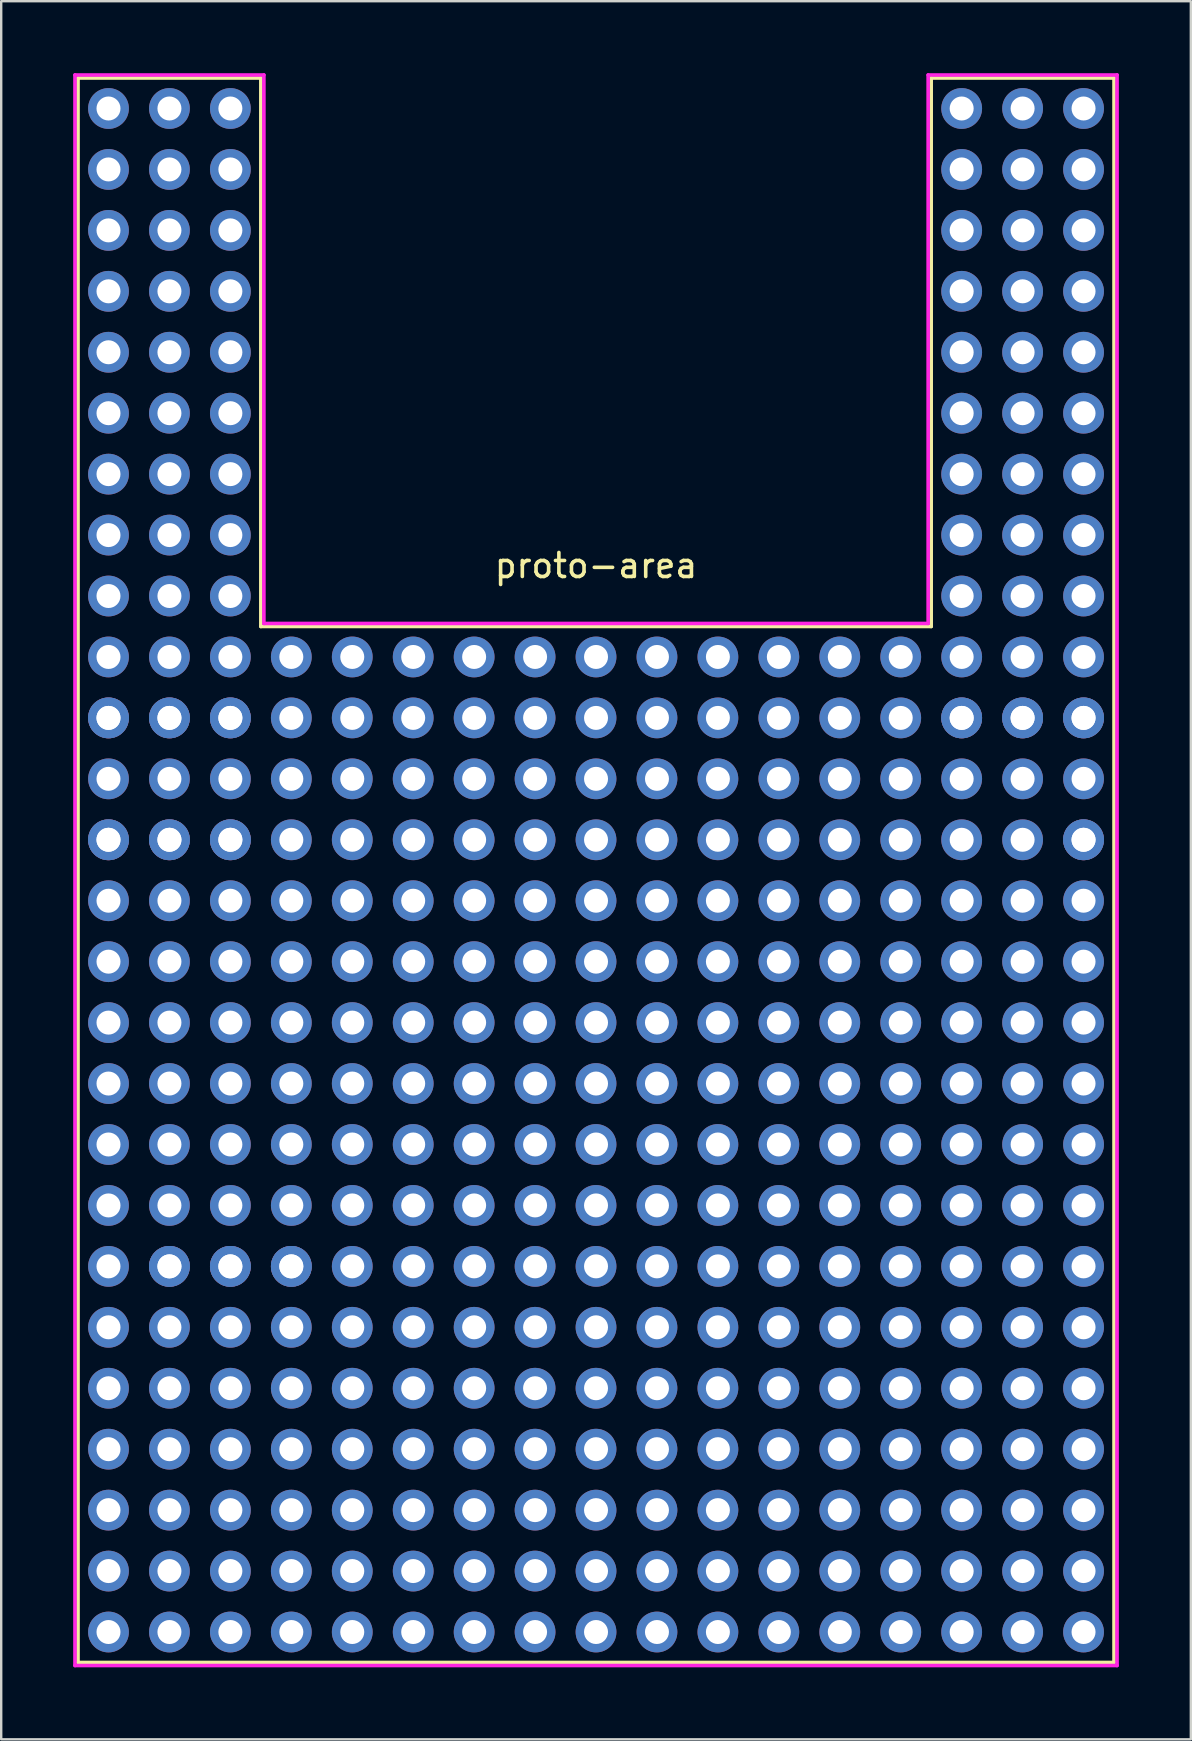
<source format=kicad_pcb>
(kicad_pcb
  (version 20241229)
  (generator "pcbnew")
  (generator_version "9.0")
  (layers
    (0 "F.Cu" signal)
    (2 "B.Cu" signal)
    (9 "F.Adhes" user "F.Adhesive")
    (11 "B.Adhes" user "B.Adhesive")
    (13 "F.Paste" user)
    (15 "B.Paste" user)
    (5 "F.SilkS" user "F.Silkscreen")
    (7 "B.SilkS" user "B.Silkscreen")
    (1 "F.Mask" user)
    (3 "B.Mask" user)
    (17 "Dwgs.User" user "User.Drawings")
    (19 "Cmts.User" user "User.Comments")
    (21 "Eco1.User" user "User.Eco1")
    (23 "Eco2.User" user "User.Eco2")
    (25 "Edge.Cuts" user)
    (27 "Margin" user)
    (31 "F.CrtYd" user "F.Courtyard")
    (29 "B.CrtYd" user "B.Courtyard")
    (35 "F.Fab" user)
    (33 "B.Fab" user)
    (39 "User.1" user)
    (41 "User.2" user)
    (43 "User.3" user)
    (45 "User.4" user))
  (footprint "proto-area"
    (layer "F.Cu")
    (at 21.792 47.192)
    (property "Reference" "proto-area" (at 0 -26.67 180) (layer "F.SilkS") (effects (font (size 1 1) (thickness 0.15))))
    (attr through_hole)
    (fp_line (start -21.59 19.05) (end -21.59 -46.99) (stroke (width 0.15) (type solid)) (layer "F.SilkS"))
    (fp_line (start -13.97 -46.99) (end -21.59 -46.99) (stroke (width 0.15) (type solid)) (layer "F.SilkS"))
    (fp_line (start -13.97 -24.13) (end -13.97 -46.99) (stroke (width 0.15) (type solid)) (layer "F.SilkS"))
    (fp_line (start -13.97 -24.13) (end 13.97 -24.13) (stroke (width 0.15) (type solid)) (layer "F.SilkS"))
    (fp_line (start 13.97 -46.99) (end 13.97 -24.13) (stroke (width 0.15) (type solid)) (layer "F.SilkS"))
    (fp_line (start 21.59 -46.99) (end 13.97 -46.99) (stroke (width 0.15) (type solid)) (layer "F.SilkS"))
    (fp_line (start 21.59 -46.99) (end 21.59 19.05) (stroke (width 0.15) (type solid)) (layer "F.SilkS"))
    (fp_line (start 21.59 19.05) (end -21.59 19.05) (stroke (width 0.15) (type solid)) (layer "F.SilkS"))
    (fp_line (start -21.717 -47.117) (end -21.717 19.177) (stroke (width 0.15) (type solid)) (layer "F.CrtYd"))
    (fp_line (start -21.717 -47.117) (end -13.843 -47.117) (stroke (width 0.15) (type solid)) (layer "F.CrtYd"))
    (fp_line (start -21.717 19.177) (end 21.717 19.177) (stroke (width 0.15) (type solid)) (layer "F.CrtYd"))
    (fp_line (start -13.843 -24.257) (end -13.843 -47.117) (stroke (width 0.15) (type solid)) (layer "F.CrtYd"))
    (fp_line (start 13.843 -47.117) (end 13.843 -24.257) (stroke (width 0.15) (type solid)) (layer "F.CrtYd"))
    (fp_line (start 13.843 -47.117) (end 21.717 -47.117) (stroke (width 0.15) (type solid)) (layer "F.CrtYd"))
    (fp_line (start 13.843 -24.257) (end -13.843 -24.257) (stroke (width 0.15) (type solid)) (layer "F.CrtYd"))
    (fp_line (start 21.717 19.177) (end 21.717 -47.117) (stroke (width 0.15) (type solid)) (layer "F.CrtYd"))
    (pad "" thru_hole circle (at -20.32 -20.32) (size 1.7 1.7) (drill 1) (layers "*.Cu" "*.Mask"))
    (pad "" thru_hole circle (at -20.32 -20.32) (size 1.7 1.7) (drill 1) (layers "*.Cu" "*.Mask"))
    (pad "" thru_hole circle (at -20.32 -17.78) (size 1.7 1.7) (drill 1) (layers "*.Cu" "*.Mask"))
    (pad "" thru_hole circle (at -20.32 -15.24) (size 1.7 1.7) (drill 1) (layers "*.Cu" "*.Mask"))
    (pad "" thru_hole circle (at -20.32 -15.24) (size 1.7 1.7) (drill 1) (layers "*.Cu" "*.Mask"))
    (pad "" thru_hole circle (at -20.32 -12.7) (size 1.7 1.7) (drill 1) (layers "*.Cu" "*.Mask"))
    (pad "" thru_hole circle (at -20.32 -10.16) (size 1.7 1.7) (drill 1) (layers "*.Cu" "*.Mask"))
    (pad "" thru_hole circle (at -20.32 -7.62) (size 1.7 1.7) (drill 1) (layers "*.Cu" "*.Mask"))
    (pad "" thru_hole circle (at -20.32 -5.08) (size 1.7 1.7) (drill 1) (layers "*.Cu" "*.Mask"))
    (pad "" thru_hole circle (at -20.32 -2.54) (size 1.7 1.7) (drill 1) (layers "*.Cu" "*.Mask"))
    (pad "" thru_hole circle (at -20.32 0) (size 1.7 1.7) (drill 1) (layers "*.Cu" "*.Mask"))
    (pad "" thru_hole circle (at -20.32 2.54) (size 1.7 1.7) (drill 1) (layers "*.Cu" "*.Mask"))
    (pad "" thru_hole circle (at -20.32 5.08) (size 1.7 1.7) (drill 1) (layers "*.Cu" "*.Mask"))
    (pad "" thru_hole circle (at -20.32 7.62) (size 1.7 1.7) (drill 1) (layers "*.Cu" "*.Mask"))
    (pad "" thru_hole circle (at -20.32 10.16) (size 1.7 1.7) (drill 1) (layers "*.Cu" "*.Mask"))
    (pad "" thru_hole circle (at -20.32 12.7) (size 1.7 1.7) (drill 1) (layers "*.Cu" "*.Mask"))
    (pad "" thru_hole circle (at -20.32 15.24) (size 1.7 1.7) (drill 1) (layers "*.Cu" "*.Mask"))
    (pad "" thru_hole circle (at -20.32 17.78) (size 1.7 1.7) (drill 1) (layers "*.Cu" "*.Mask"))
    (pad "" thru_hole circle (at -17.78 -20.32) (size 1.7 1.7) (drill 1) (layers "*.Cu" "*.Mask"))
    (pad "" thru_hole circle (at -17.78 -20.32) (size 1.7 1.7) (drill 1) (layers "*.Cu" "*.Mask"))
    (pad "" thru_hole circle (at -17.78 -17.78) (size 1.7 1.7) (drill 1) (layers "*.Cu" "*.Mask"))
    (pad "" thru_hole circle (at -17.78 -15.24) (size 1.7 1.7) (drill 1) (layers "*.Cu" "*.Mask"))
    (pad "" thru_hole circle (at -17.78 -15.24) (size 1.7 1.7) (drill 1) (layers "*.Cu" "*.Mask"))
    (pad "" thru_hole circle (at -17.78 -12.7) (size 1.7 1.7) (drill 1) (layers "*.Cu" "*.Mask"))
    (pad "" thru_hole circle (at -17.78 -10.16) (size 1.7 1.7) (drill 1) (layers "*.Cu" "*.Mask"))
    (pad "" thru_hole circle (at -17.78 -7.62) (size 1.7 1.7) (drill 1) (layers "*.Cu" "*.Mask"))
    (pad "" thru_hole circle (at -17.78 -5.08) (size 1.7 1.7) (drill 1) (layers "*.Cu" "*.Mask"))
    (pad "" thru_hole circle (at -17.78 -2.54) (size 1.7 1.7) (drill 1) (layers "*.Cu" "*.Mask"))
    (pad "" thru_hole circle (at -17.78 0) (size 1.7 1.7) (drill 1) (layers "*.Cu" "*.Mask"))
    (pad "" thru_hole circle (at -17.78 2.54) (size 1.7 1.7) (drill 1) (layers "*.Cu" "*.Mask"))
    (pad "" thru_hole circle (at -17.78 2.54) (size 1.7 1.7) (drill 1) (layers "*.Cu" "*.Mask"))
    (pad "" thru_hole circle (at -17.78 5.08) (size 1.7 1.7) (drill 1) (layers "*.Cu" "*.Mask"))
    (pad "" thru_hole circle (at -17.78 7.62) (size 1.7 1.7) (drill 1) (layers "*.Cu" "*.Mask"))
    (pad "" thru_hole circle (at -17.78 10.16) (size 1.7 1.7) (drill 1) (layers "*.Cu" "*.Mask"))
    (pad "" thru_hole circle (at -17.78 12.7) (size 1.7 1.7) (drill 1) (layers "*.Cu" "*.Mask"))
    (pad "" thru_hole circle (at -17.78 15.24) (size 1.7 1.7) (drill 1) (layers "*.Cu" "*.Mask"))
    (pad "" thru_hole circle (at -17.78 17.78) (size 1.7 1.7) (drill 1) (layers "*.Cu" "*.Mask"))
    (pad "" thru_hole circle (at -15.24 -20.32) (size 1.7 1.7) (drill 1) (layers "*.Cu" "*.Mask"))
    (pad "" thru_hole circle (at -15.24 -20.32) (size 1.7 1.7) (drill 1) (layers "*.Cu" "*.Mask"))
    (pad "" thru_hole circle (at -15.24 -17.78) (size 1.7 1.7) (drill 1) (layers "*.Cu" "*.Mask"))
    (pad "" thru_hole circle (at -15.24 -15.24) (size 1.7 1.7) (drill 1) (layers "*.Cu" "*.Mask"))
    (pad "" thru_hole circle (at -15.24 -15.24) (size 1.7 1.7) (drill 1) (layers "*.Cu" "*.Mask"))
    (pad "" thru_hole circle (at -15.24 -12.7) (size 1.7 1.7) (drill 1) (layers "*.Cu" "*.Mask"))
    (pad "" thru_hole circle (at -15.24 -10.16) (size 1.7 1.7) (drill 1) (layers "*.Cu" "*.Mask"))
    (pad "" thru_hole circle (at -15.24 -7.62) (size 1.7 1.7) (drill 1) (layers "*.Cu" "*.Mask"))
    (pad "" thru_hole circle (at -15.24 -5.08) (size 1.7 1.7) (drill 1) (layers "*.Cu" "*.Mask"))
    (pad "" thru_hole circle (at -15.24 -2.54) (size 1.7 1.7) (drill 1) (layers "*.Cu" "*.Mask"))
    (pad "" thru_hole circle (at -15.24 0) (size 1.7 1.7) (drill 1) (layers "*.Cu" "*.Mask"))
    (pad "" thru_hole circle (at -15.24 2.54) (size 1.7 1.7) (drill 1) (layers "*.Cu" "*.Mask"))
    (pad "" thru_hole circle (at -15.24 2.54) (size 1.7 1.7) (drill 1) (layers "*.Cu" "*.Mask"))
    (pad "" thru_hole circle (at -15.24 5.08) (size 1.7 1.7) (drill 1) (layers "*.Cu" "*.Mask"))
    (pad "" thru_hole circle (at -15.24 7.62) (size 1.7 1.7) (drill 1) (layers "*.Cu" "*.Mask"))
    (pad "" thru_hole circle (at -15.24 10.16) (size 1.7 1.7) (drill 1) (layers "*.Cu" "*.Mask"))
    (pad "" thru_hole circle (at -15.24 12.7) (size 1.7 1.7) (drill 1) (layers "*.Cu" "*.Mask"))
    (pad "" thru_hole circle (at -15.24 15.24) (size 1.7 1.7) (drill 1) (layers "*.Cu" "*.Mask"))
    (pad "" thru_hole circle (at -15.24 17.78) (size 1.7 1.7) (drill 1) (layers "*.Cu" "*.Mask"))
    (pad "" thru_hole circle (at -12.7 -20.32) (size 1.7 1.7) (drill 1) (layers "*.Cu" "*.Mask"))
    (pad "" thru_hole circle (at -12.7 -17.78) (size 1.7 1.7) (drill 1) (layers "*.Cu" "*.Mask"))
    (pad "" thru_hole circle (at -12.7 -15.24) (size 1.7 1.7) (drill 1) (layers "*.Cu" "*.Mask"))
    (pad "" thru_hole circle (at -12.7 -12.7) (size 1.7 1.7) (drill 1) (layers "*.Cu" "*.Mask"))
    (pad "" thru_hole circle (at -12.7 -10.16) (size 1.7 1.7) (drill 1) (layers "*.Cu" "*.Mask"))
    (pad "" thru_hole circle (at -12.7 -7.62) (size 1.7 1.7) (drill 1) (layers "*.Cu" "*.Mask"))
    (pad "" thru_hole circle (at -12.7 -5.08) (size 1.7 1.7) (drill 1) (layers "*.Cu" "*.Mask"))
    (pad "" thru_hole circle (at -12.7 -2.54) (size 1.7 1.7) (drill 1) (layers "*.Cu" "*.Mask"))
    (pad "" thru_hole circle (at -12.7 0) (size 1.7 1.7) (drill 1) (layers "*.Cu" "*.Mask"))
    (pad "" thru_hole circle (at -12.7 2.54) (size 1.7 1.7) (drill 1) (layers "*.Cu" "*.Mask"))
    (pad "" thru_hole circle (at -12.7 2.54) (size 1.7 1.7) (drill 1) (layers "*.Cu" "*.Mask"))
    (pad "" thru_hole circle (at -12.7 5.08) (size 1.7 1.7) (drill 1) (layers "*.Cu" "*.Mask"))
    (pad "" thru_hole circle (at -12.7 7.62) (size 1.7 1.7) (drill 1) (layers "*.Cu" "*.Mask"))
    (pad "" thru_hole circle (at -12.7 10.16) (size 1.7 1.7) (drill 1) (layers "*.Cu" "*.Mask"))
    (pad "" thru_hole circle (at -12.7 12.7) (size 1.7 1.7) (drill 1) (layers "*.Cu" "*.Mask"))
    (pad "" thru_hole circle (at -12.7 15.24) (size 1.7 1.7) (drill 1) (layers "*.Cu" "*.Mask"))
    (pad "" thru_hole circle (at -12.7 17.78) (size 1.7 1.7) (drill 1) (layers "*.Cu" "*.Mask"))
    (pad "" thru_hole circle (at -10.16 -20.32) (size 1.7 1.7) (drill 1) (layers "*.Cu" "*.Mask"))
    (pad "" thru_hole circle (at -10.16 -17.78) (size 1.7 1.7) (drill 1) (layers "*.Cu" "*.Mask"))
    (pad "" thru_hole circle (at -10.16 -15.24) (size 1.7 1.7) (drill 1) (layers "*.Cu" "*.Mask"))
    (pad "" thru_hole circle (at -10.16 -12.7) (size 1.7 1.7) (drill 1) (layers "*.Cu" "*.Mask"))
    (pad "" thru_hole circle (at -10.16 -10.16) (size 1.7 1.7) (drill 1) (layers "*.Cu" "*.Mask"))
    (pad "" thru_hole circle (at -10.16 -7.62) (size 1.7 1.7) (drill 1) (layers "*.Cu" "*.Mask"))
    (pad "" thru_hole circle (at -10.16 -5.08) (size 1.7 1.7) (drill 1) (layers "*.Cu" "*.Mask"))
    (pad "" thru_hole circle (at -10.16 -2.54) (size 1.7 1.7) (drill 1) (layers "*.Cu" "*.Mask"))
    (pad "" thru_hole circle (at -10.16 0) (size 1.7 1.7) (drill 1) (layers "*.Cu" "*.Mask"))
    (pad "" thru_hole circle (at -10.16 2.54) (size 1.7 1.7) (drill 1) (layers "*.Cu" "*.Mask"))
    (pad "" thru_hole circle (at -10.16 5.08) (size 1.7 1.7) (drill 1) (layers "*.Cu" "*.Mask"))
    (pad "" thru_hole circle (at -10.16 7.62) (size 1.7 1.7) (drill 1) (layers "*.Cu" "*.Mask"))
    (pad "" thru_hole circle (at -10.16 10.16) (size 1.7 1.7) (drill 1) (layers "*.Cu" "*.Mask"))
    (pad "" thru_hole circle (at -10.16 12.7) (size 1.7 1.7) (drill 1) (layers "*.Cu" "*.Mask"))
    (pad "" thru_hole circle (at -10.16 15.24) (size 1.7 1.7) (drill 1) (layers "*.Cu" "*.Mask"))
    (pad "" thru_hole circle (at -10.16 17.78) (size 1.7 1.7) (drill 1) (layers "*.Cu" "*.Mask"))
    (pad "" thru_hole circle (at -7.62 -20.32) (size 1.7 1.7) (drill 1) (layers "*.Cu" "*.Mask"))
    (pad "" thru_hole circle (at -7.62 -17.78) (size 1.7 1.7) (drill 1) (layers "*.Cu" "*.Mask"))
    (pad "" thru_hole circle (at -7.62 -15.24) (size 1.7 1.7) (drill 1) (layers "*.Cu" "*.Mask"))
    (pad "" thru_hole circle (at -7.62 -12.7) (size 1.7 1.7) (drill 1) (layers "*.Cu" "*.Mask"))
    (pad "" thru_hole circle (at -7.62 -10.16) (size 1.7 1.7) (drill 1) (layers "*.Cu" "*.Mask"))
    (pad "" thru_hole circle (at -7.62 -7.62) (size 1.7 1.7) (drill 1) (layers "*.Cu" "*.Mask"))
    (pad "" thru_hole circle (at -7.62 -5.08) (size 1.7 1.7) (drill 1) (layers "*.Cu" "*.Mask"))
    (pad "" thru_hole circle (at -7.62 -2.54) (size 1.7 1.7) (drill 1) (layers "*.Cu" "*.Mask"))
    (pad "" thru_hole circle (at -7.62 0) (size 1.7 1.7) (drill 1) (layers "*.Cu" "*.Mask"))
    (pad "" thru_hole circle (at -7.62 2.54) (size 1.7 1.7) (drill 1) (layers "*.Cu" "*.Mask"))
    (pad "" thru_hole circle (at -7.62 5.08) (size 1.7 1.7) (drill 1) (layers "*.Cu" "*.Mask"))
    (pad "" thru_hole circle (at -7.62 7.62) (size 1.7 1.7) (drill 1) (layers "*.Cu" "*.Mask"))
    (pad "" thru_hole circle (at -7.62 10.16) (size 1.7 1.7) (drill 1) (layers "*.Cu" "*.Mask"))
    (pad "" thru_hole circle (at -7.62 12.7) (size 1.7 1.7) (drill 1) (layers "*.Cu" "*.Mask"))
    (pad "" thru_hole circle (at -7.62 15.24) (size 1.7 1.7) (drill 1) (layers "*.Cu" "*.Mask"))
    (pad "" thru_hole circle (at -7.62 17.78) (size 1.7 1.7) (drill 1) (layers "*.Cu" "*.Mask"))
    (pad "" thru_hole circle (at -5.08 -22.86) (size 1.7 1.7) (drill 1) (layers "*.Cu" "*.Mask"))
    (pad "" thru_hole circle (at -5.08 -20.32) (size 1.7 1.7) (drill 1) (layers "*.Cu" "*.Mask"))
    (pad "" thru_hole circle (at -5.08 -17.78) (size 1.7 1.7) (drill 1) (layers "*.Cu" "*.Mask"))
    (pad "" thru_hole circle (at -5.08 -15.24) (size 1.7 1.7) (drill 1) (layers "*.Cu" "*.Mask"))
    (pad "" thru_hole circle (at -5.08 -12.7) (size 1.7 1.7) (drill 1) (layers "*.Cu" "*.Mask"))
    (pad "" thru_hole circle (at -5.08 -10.16) (size 1.7 1.7) (drill 1) (layers "*.Cu" "*.Mask"))
    (pad "" thru_hole circle (at -5.08 -7.62) (size 1.7 1.7) (drill 1) (layers "*.Cu" "*.Mask"))
    (pad "" thru_hole circle (at -5.08 -5.08) (size 1.7 1.7) (drill 1) (layers "*.Cu" "*.Mask"))
    (pad "" thru_hole circle (at -5.08 -2.54) (size 1.7 1.7) (drill 1) (layers "*.Cu" "*.Mask"))
    (pad "" thru_hole circle (at -5.08 0) (size 1.7 1.7) (drill 1) (layers "*.Cu" "*.Mask"))
    (pad "" thru_hole circle (at -5.08 2.54) (size 1.7 1.7) (drill 1) (layers "*.Cu" "*.Mask"))
    (pad "" thru_hole circle (at -5.08 5.08) (size 1.7 1.7) (drill 1) (layers "*.Cu" "*.Mask"))
    (pad "" thru_hole circle (at -5.08 7.62) (size 1.7 1.7) (drill 1) (layers "*.Cu" "*.Mask"))
    (pad "" thru_hole circle (at -5.08 10.16) (size 1.7 1.7) (drill 1) (layers "*.Cu" "*.Mask"))
    (pad "" thru_hole circle (at -5.08 12.7) (size 1.7 1.7) (drill 1) (layers "*.Cu" "*.Mask"))
    (pad "" thru_hole circle (at -5.08 15.24) (size 1.7 1.7) (drill 1) (layers "*.Cu" "*.Mask"))
    (pad "" thru_hole circle (at -5.08 17.78) (size 1.7 1.7) (drill 1) (layers "*.Cu" "*.Mask"))
    (pad "" thru_hole circle (at -2.54 -22.86) (size 1.7 1.7) (drill 1) (layers "*.Cu" "*.Mask"))
    (pad "" thru_hole circle (at -2.54 -20.32) (size 1.7 1.7) (drill 1) (layers "*.Cu" "*.Mask"))
    (pad "" thru_hole circle (at -2.54 -17.78) (size 1.7 1.7) (drill 1) (layers "*.Cu" "*.Mask"))
    (pad "" thru_hole circle (at -2.54 -15.24) (size 1.7 1.7) (drill 1) (layers "*.Cu" "*.Mask"))
    (pad "" thru_hole circle (at -2.54 -12.7) (size 1.7 1.7) (drill 1) (layers "*.Cu" "*.Mask"))
    (pad "" thru_hole circle (at -2.54 -10.16) (size 1.7 1.7) (drill 1) (layers "*.Cu" "*.Mask"))
    (pad "" thru_hole circle (at -2.54 -7.62) (size 1.7 1.7) (drill 1) (layers "*.Cu" "*.Mask"))
    (pad "" thru_hole circle (at -2.54 -5.08) (size 1.7 1.7) (drill 1) (layers "*.Cu" "*.Mask"))
    (pad "" thru_hole circle (at -2.54 -2.54) (size 1.7 1.7) (drill 1) (layers "*.Cu" "*.Mask"))
    (pad "" thru_hole circle (at -2.54 0) (size 1.7 1.7) (drill 1) (layers "*.Cu" "*.Mask"))
    (pad "" thru_hole circle (at -2.54 2.54) (size 1.7 1.7) (drill 1) (layers "*.Cu" "*.Mask"))
    (pad "" thru_hole circle (at -2.54 5.08) (size 1.7 1.7) (drill 1) (layers "*.Cu" "*.Mask"))
    (pad "" thru_hole circle (at -2.54 7.62) (size 1.7 1.7) (drill 1) (layers "*.Cu" "*.Mask"))
    (pad "" thru_hole circle (at -2.54 10.16) (size 1.7 1.7) (drill 1) (layers "*.Cu" "*.Mask"))
    (pad "" thru_hole circle (at -2.54 12.7) (size 1.7 1.7) (drill 1) (layers "*.Cu" "*.Mask"))
    (pad "" thru_hole circle (at -2.54 15.24) (size 1.7 1.7) (drill 1) (layers "*.Cu" "*.Mask"))
    (pad "" thru_hole circle (at -2.54 17.78) (size 1.7 1.7) (drill 1) (layers "*.Cu" "*.Mask"))
    (pad "" thru_hole circle (at 0 -22.86) (size 1.7 1.7) (drill 1) (layers "*.Cu" "*.Mask"))
    (pad "" thru_hole circle (at 0 -20.32) (size 1.7 1.7) (drill 1) (layers "*.Cu" "*.Mask"))
    (pad "" thru_hole circle (at 0 -17.78) (size 1.7 1.7) (drill 1) (layers "*.Cu" "*.Mask"))
    (pad "" thru_hole circle (at 0 -15.24) (size 1.7 1.7) (drill 1) (layers "*.Cu" "*.Mask"))
    (pad "" thru_hole circle (at 0 -12.7) (size 1.7 1.7) (drill 1) (layers "*.Cu" "*.Mask"))
    (pad "" thru_hole circle (at 0 -10.16) (size 1.7 1.7) (drill 1) (layers "*.Cu" "*.Mask"))
    (pad "" thru_hole circle (at 0 -7.62) (size 1.7 1.7) (drill 1) (layers "*.Cu" "*.Mask"))
    (pad "" thru_hole circle (at 0 -5.08) (size 1.7 1.7) (drill 1) (layers "*.Cu" "*.Mask"))
    (pad "" thru_hole circle (at 0 -2.54) (size 1.7 1.7) (drill 1) (layers "*.Cu" "*.Mask"))
    (pad "" thru_hole circle (at 0 0) (size 1.7 1.7) (drill 1) (layers "*.Cu" "*.Mask"))
    (pad "" thru_hole circle (at 0 2.54) (size 1.7 1.7) (drill 1) (layers "*.Cu" "*.Mask"))
    (pad "" thru_hole circle (at 0 5.08) (size 1.7 1.7) (drill 1) (layers "*.Cu" "*.Mask"))
    (pad "" thru_hole circle (at 0 7.62) (size 1.7 1.7) (drill 1) (layers "*.Cu" "*.Mask"))
    (pad "" thru_hole circle (at 0 10.16) (size 1.7 1.7) (drill 1) (layers "*.Cu" "*.Mask"))
    (pad "" thru_hole circle (at 0 12.7) (size 1.7 1.7) (drill 1) (layers "*.Cu" "*.Mask"))
    (pad "" thru_hole circle (at 0 15.24) (size 1.7 1.7) (drill 1) (layers "*.Cu" "*.Mask"))
    (pad "" thru_hole circle (at 0 17.78) (size 1.7 1.7) (drill 1) (layers "*.Cu" "*.Mask"))
    (pad "" thru_hole circle (at 2.54 -22.86) (size 1.7 1.7) (drill 1) (layers "*.Cu" "*.Mask"))
    (pad "" thru_hole circle (at 2.54 -20.32) (size 1.7 1.7) (drill 1) (layers "*.Cu" "*.Mask"))
    (pad "" thru_hole circle (at 2.54 -17.78) (size 1.7 1.7) (drill 1) (layers "*.Cu" "*.Mask"))
    (pad "" thru_hole circle (at 2.54 -15.24) (size 1.7 1.7) (drill 1) (layers "*.Cu" "*.Mask"))
    (pad "" thru_hole circle (at 2.54 -12.7) (size 1.7 1.7) (drill 1) (layers "*.Cu" "*.Mask"))
    (pad "" thru_hole circle (at 2.54 -10.16) (size 1.7 1.7) (drill 1) (layers "*.Cu" "*.Mask"))
    (pad "" thru_hole circle (at 2.54 -7.62) (size 1.7 1.7) (drill 1) (layers "*.Cu" "*.Mask"))
    (pad "" thru_hole circle (at 2.54 -5.08) (size 1.7 1.7) (drill 1) (layers "*.Cu" "*.Mask"))
    (pad "" thru_hole circle (at 2.54 -2.54) (size 1.7 1.7) (drill 1) (layers "*.Cu" "*.Mask"))
    (pad "" thru_hole circle (at 2.54 0) (size 1.7 1.7) (drill 1) (layers "*.Cu" "*.Mask"))
    (pad "" thru_hole circle (at 2.54 2.54) (size 1.7 1.7) (drill 1) (layers "*.Cu" "*.Mask"))
    (pad "" thru_hole circle (at 2.54 5.08) (size 1.7 1.7) (drill 1) (layers "*.Cu" "*.Mask"))
    (pad "" thru_hole circle (at 2.54 7.62) (size 1.7 1.7) (drill 1) (layers "*.Cu" "*.Mask"))
    (pad "" thru_hole circle (at 2.54 10.16) (size 1.7 1.7) (drill 1) (layers "*.Cu" "*.Mask"))
    (pad "" thru_hole circle (at 2.54 12.7) (size 1.7 1.7) (drill 1) (layers "*.Cu" "*.Mask"))
    (pad "" thru_hole circle (at 2.54 15.24) (size 1.7 1.7) (drill 1) (layers "*.Cu" "*.Mask"))
    (pad "" thru_hole circle (at 2.54 17.78) (size 1.7 1.7) (drill 1) (layers "*.Cu" "*.Mask"))
    (pad "" thru_hole circle (at 5.08 -22.86) (size 1.7 1.7) (drill 1) (layers "*.Cu" "*.Mask"))
    (pad "" thru_hole circle (at 5.08 -20.32) (size 1.7 1.7) (drill 1) (layers "*.Cu" "*.Mask"))
    (pad "" thru_hole circle (at 5.08 -17.78) (size 1.7 1.7) (drill 1) (layers "*.Cu" "*.Mask"))
    (pad "" thru_hole circle (at 5.08 -15.24) (size 1.7 1.7) (drill 1) (layers "*.Cu" "*.Mask"))
    (pad "" thru_hole circle (at 5.08 -12.7) (size 1.7 1.7) (drill 1) (layers "*.Cu" "*.Mask"))
    (pad "" thru_hole circle (at 5.08 -10.16) (size 1.7 1.7) (drill 1) (layers "*.Cu" "*.Mask"))
    (pad "" thru_hole circle (at 5.08 -7.62) (size 1.7 1.7) (drill 1) (layers "*.Cu" "*.Mask"))
    (pad "" thru_hole circle (at 5.08 -5.08) (size 1.7 1.7) (drill 1) (layers "*.Cu" "*.Mask"))
    (pad "" thru_hole circle (at 5.08 -2.54) (size 1.7 1.7) (drill 1) (layers "*.Cu" "*.Mask"))
    (pad "" thru_hole circle (at 5.08 0) (size 1.7 1.7) (drill 1) (layers "*.Cu" "*.Mask"))
    (pad "" thru_hole circle (at 5.08 2.54) (size 1.7 1.7) (drill 1) (layers "*.Cu" "*.Mask"))
    (pad "" thru_hole circle (at 5.08 5.08) (size 1.7 1.7) (drill 1) (layers "*.Cu" "*.Mask"))
    (pad "" thru_hole circle (at 5.08 7.62) (size 1.7 1.7) (drill 1) (layers "*.Cu" "*.Mask"))
    (pad "" thru_hole circle (at 5.08 10.16) (size 1.7 1.7) (drill 1) (layers "*.Cu" "*.Mask"))
    (pad "" thru_hole circle (at 5.08 12.7) (size 1.7 1.7) (drill 1) (layers "*.Cu" "*.Mask"))
    (pad "" thru_hole circle (at 5.08 15.24) (size 1.7 1.7) (drill 1) (layers "*.Cu" "*.Mask"))
    (pad "" thru_hole circle (at 5.08 17.78) (size 1.7 1.7) (drill 1) (layers "*.Cu" "*.Mask"))
    (pad "" thru_hole circle (at 7.62 -20.32) (size 1.7 1.7) (drill 1) (layers "*.Cu" "*.Mask"))
    (pad "" thru_hole circle (at 7.62 -17.78) (size 1.7 1.7) (drill 1) (layers "*.Cu" "*.Mask"))
    (pad "" thru_hole circle (at 7.62 -15.24) (size 1.7 1.7) (drill 1) (layers "*.Cu" "*.Mask"))
    (pad "" thru_hole circle (at 7.62 -12.7) (size 1.7 1.7) (drill 1) (layers "*.Cu" "*.Mask"))
    (pad "" thru_hole circle (at 7.62 -10.16) (size 1.7 1.7) (drill 1) (layers "*.Cu" "*.Mask"))
    (pad "" thru_hole circle (at 7.62 -7.62) (size 1.7 1.7) (drill 1) (layers "*.Cu" "*.Mask"))
    (pad "" thru_hole circle (at 7.62 -5.08) (size 1.7 1.7) (drill 1) (layers "*.Cu" "*.Mask"))
    (pad "" thru_hole circle (at 7.62 -2.54) (size 1.7 1.7) (drill 1) (layers "*.Cu" "*.Mask"))
    (pad "" thru_hole circle (at 7.62 0) (size 1.7 1.7) (drill 1) (layers "*.Cu" "*.Mask"))
    (pad "" thru_hole circle (at 7.62 2.54) (size 1.7 1.7) (drill 1) (layers "*.Cu" "*.Mask"))
    (pad "" thru_hole circle (at 7.62 5.08) (size 1.7 1.7) (drill 1) (layers "*.Cu" "*.Mask"))
    (pad "" thru_hole circle (at 7.62 7.62) (size 1.7 1.7) (drill 1) (layers "*.Cu" "*.Mask"))
    (pad "" thru_hole circle (at 7.62 10.16) (size 1.7 1.7) (drill 1) (layers "*.Cu" "*.Mask"))
    (pad "" thru_hole circle (at 7.62 12.7) (size 1.7 1.7) (drill 1) (layers "*.Cu" "*.Mask"))
    (pad "" thru_hole circle (at 7.62 15.24) (size 1.7 1.7) (drill 1) (layers "*.Cu" "*.Mask"))
    (pad "" thru_hole circle (at 7.62 17.78) (size 1.7 1.7) (drill 1) (layers "*.Cu" "*.Mask"))
    (pad "" thru_hole circle (at 10.16 -20.32) (size 1.7 1.7) (drill 1) (layers "*.Cu" "*.Mask"))
    (pad "" thru_hole circle (at 10.16 -17.78) (size 1.7 1.7) (drill 1) (layers "*.Cu" "*.Mask"))
    (pad "" thru_hole circle (at 10.16 -15.24) (size 1.7 1.7) (drill 1) (layers "*.Cu" "*.Mask"))
    (pad "" thru_hole circle (at 10.16 -12.7) (size 1.7 1.7) (drill 1) (layers "*.Cu" "*.Mask"))
    (pad "" thru_hole circle (at 10.16 -10.16) (size 1.7 1.7) (drill 1) (layers "*.Cu" "*.Mask"))
    (pad "" thru_hole circle (at 10.16 -7.62) (size 1.7 1.7) (drill 1) (layers "*.Cu" "*.Mask"))
    (pad "" thru_hole circle (at 10.16 -5.08) (size 1.7 1.7) (drill 1) (layers "*.Cu" "*.Mask"))
    (pad "" thru_hole circle (at 10.16 -2.54) (size 1.7 1.7) (drill 1) (layers "*.Cu" "*.Mask"))
    (pad "" thru_hole circle (at 10.16 0) (size 1.7 1.7) (drill 1) (layers "*.Cu" "*.Mask"))
    (pad "" thru_hole circle (at 10.16 2.54) (size 1.7 1.7) (drill 1) (layers "*.Cu" "*.Mask"))
    (pad "" thru_hole circle (at 10.16 5.08) (size 1.7 1.7) (drill 1) (layers "*.Cu" "*.Mask"))
    (pad "" thru_hole circle (at 10.16 7.62) (size 1.7 1.7) (drill 1) (layers "*.Cu" "*.Mask"))
    (pad "" thru_hole circle (at 10.16 10.16) (size 1.7 1.7) (drill 1) (layers "*.Cu" "*.Mask"))
    (pad "" thru_hole circle (at 10.16 12.7) (size 1.7 1.7) (drill 1) (layers "*.Cu" "*.Mask"))
    (pad "" thru_hole circle (at 10.16 15.24) (size 1.7 1.7) (drill 1) (layers "*.Cu" "*.Mask"))
    (pad "" thru_hole circle (at 10.16 17.78) (size 1.7 1.7) (drill 1) (layers "*.Cu" "*.Mask"))
    (pad "" thru_hole circle (at 12.7 -20.32) (size 1.7 1.7) (drill 1) (layers "*.Cu" "*.Mask"))
    (pad "" thru_hole circle (at 12.7 -17.78) (size 1.7 1.7) (drill 1) (layers "*.Cu" "*.Mask"))
    (pad "" thru_hole circle (at 12.7 -15.24) (size 1.7 1.7) (drill 1) (layers "*.Cu" "*.Mask"))
    (pad "" thru_hole circle (at 12.7 -12.7) (size 1.7 1.7) (drill 1) (layers "*.Cu" "*.Mask"))
    (pad "" thru_hole circle (at 12.7 -10.16) (size 1.7 1.7) (drill 1) (layers "*.Cu" "*.Mask"))
    (pad "" thru_hole circle (at 12.7 -7.62) (size 1.7 1.7) (drill 1) (layers "*.Cu" "*.Mask"))
    (pad "" thru_hole circle (at 12.7 -5.08) (size 1.7 1.7) (drill 1) (layers "*.Cu" "*.Mask"))
    (pad "" thru_hole circle (at 12.7 -2.54) (size 1.7 1.7) (drill 1) (layers "*.Cu" "*.Mask"))
    (pad "" thru_hole circle (at 12.7 0) (size 1.7 1.7) (drill 1) (layers "*.Cu" "*.Mask"))
    (pad "" thru_hole circle (at 12.7 2.54) (size 1.7 1.7) (drill 1) (layers "*.Cu" "*.Mask"))
    (pad "" thru_hole circle (at 12.7 5.08) (size 1.7 1.7) (drill 1) (layers "*.Cu" "*.Mask"))
    (pad "" thru_hole circle (at 12.7 7.62) (size 1.7 1.7) (drill 1) (layers "*.Cu" "*.Mask"))
    (pad "" thru_hole circle (at 12.7 10.16) (size 1.7 1.7) (drill 1) (layers "*.Cu" "*.Mask"))
    (pad "" thru_hole circle (at 12.7 12.7) (size 1.7 1.7) (drill 1) (layers "*.Cu" "*.Mask"))
    (pad "" thru_hole circle (at 12.7 15.24) (size 1.7 1.7) (drill 1) (layers "*.Cu" "*.Mask"))
    (pad "" thru_hole circle (at 12.7 17.78) (size 1.7 1.7) (drill 1) (layers "*.Cu" "*.Mask"))
    (pad "" thru_hole circle (at 15.24 -20.32) (size 1.7 1.7) (drill 1) (layers "*.Cu" "*.Mask"))
    (pad "" thru_hole circle (at 15.24 -20.32) (size 1.7 1.7) (drill 1) (layers "*.Cu" "*.Mask"))
    (pad "" thru_hole circle (at 15.24 -17.78) (size 1.7 1.7) (drill 1) (layers "*.Cu" "*.Mask"))
    (pad "" thru_hole circle (at 15.24 -15.24) (size 1.7 1.7) (drill 1) (layers "*.Cu" "*.Mask"))
    (pad "" thru_hole circle (at 15.24 -12.7) (size 1.7 1.7) (drill 1) (layers "*.Cu" "*.Mask"))
    (pad "" thru_hole circle (at 15.24 -10.16) (size 1.7 1.7) (drill 1) (layers "*.Cu" "*.Mask"))
    (pad "" thru_hole circle (at 15.24 -7.62) (size 1.7 1.7) (drill 1) (layers "*.Cu" "*.Mask"))
    (pad "" thru_hole circle (at 15.24 -5.08) (size 1.7 1.7) (drill 1) (layers "*.Cu" "*.Mask"))
    (pad "" thru_hole circle (at 15.24 -2.54) (size 1.7 1.7) (drill 1) (layers "*.Cu" "*.Mask"))
    (pad "" thru_hole circle (at 15.24 0) (size 1.7 1.7) (drill 1) (layers "*.Cu" "*.Mask"))
    (pad "" thru_hole circle (at 15.24 2.54) (size 1.7 1.7) (drill 1) (layers "*.Cu" "*.Mask"))
    (pad "" thru_hole circle (at 15.24 5.08) (size 1.7 1.7) (drill 1) (layers "*.Cu" "*.Mask"))
    (pad "" thru_hole circle (at 15.24 7.62) (size 1.7 1.7) (drill 1) (layers "*.Cu" "*.Mask"))
    (pad "" thru_hole circle (at 15.24 10.16) (size 1.7 1.7) (drill 1) (layers "*.Cu" "*.Mask"))
    (pad "" thru_hole circle (at 15.24 12.7) (size 1.7 1.7) (drill 1) (layers "*.Cu" "*.Mask"))
    (pad "" thru_hole circle (at 15.24 15.24) (size 1.7 1.7) (drill 1) (layers "*.Cu" "*.Mask"))
    (pad "" thru_hole circle (at 15.24 17.78) (size 1.7 1.7) (drill 1) (layers "*.Cu" "*.Mask"))
    (pad "" thru_hole circle (at 17.78 -20.32) (size 1.7 1.7) (drill 1) (layers "*.Cu" "*.Mask"))
    (pad "" thru_hole circle (at 17.78 -20.32) (size 1.7 1.7) (drill 1) (layers "*.Cu" "*.Mask"))
    (pad "" thru_hole circle (at 17.78 -17.78) (size 1.7 1.7) (drill 1) (layers "*.Cu" "*.Mask"))
    (pad "" thru_hole circle (at 17.78 -15.24) (size 1.7 1.7) (drill 1) (layers "*.Cu" "*.Mask"))
    (pad "" thru_hole circle (at 17.78 -12.7) (size 1.7 1.7) (drill 1) (layers "*.Cu" "*.Mask"))
    (pad "" thru_hole circle (at 17.78 -10.16) (size 1.7 1.7) (drill 1) (layers "*.Cu" "*.Mask"))
    (pad "" thru_hole circle (at 17.78 -7.62) (size 1.7 1.7) (drill 1) (layers "*.Cu" "*.Mask"))
    (pad "" thru_hole circle (at 17.78 -5.08) (size 1.7 1.7) (drill 1) (layers "*.Cu" "*.Mask"))
    (pad "" thru_hole circle (at 17.78 -2.54) (size 1.7 1.7) (drill 1) (layers "*.Cu" "*.Mask"))
    (pad "" thru_hole circle (at 17.78 0) (size 1.7 1.7) (drill 1) (layers "*.Cu" "*.Mask"))
    (pad "" thru_hole circle (at 17.78 2.54) (size 1.7 1.7) (drill 1) (layers "*.Cu" "*.Mask"))
    (pad "" thru_hole circle (at 17.78 5.08) (size 1.7 1.7) (drill 1) (layers "*.Cu" "*.Mask"))
    (pad "" thru_hole circle (at 17.78 7.62) (size 1.7 1.7) (drill 1) (layers "*.Cu" "*.Mask"))
    (pad "" thru_hole circle (at 17.78 10.16) (size 1.7 1.7) (drill 1) (layers "*.Cu" "*.Mask"))
    (pad "" thru_hole circle (at 17.78 12.7) (size 1.7 1.7) (drill 1) (layers "*.Cu" "*.Mask"))
    (pad "" thru_hole circle (at 17.78 15.24) (size 1.7 1.7) (drill 1) (layers "*.Cu" "*.Mask"))
    (pad "" thru_hole circle (at 17.78 17.78) (size 1.7 1.7) (drill 1) (layers "*.Cu" "*.Mask"))
    (pad "" thru_hole circle (at 20.32 -20.32) (size 1.7 1.7) (drill 1) (layers "*.Cu" "*.Mask"))
    (pad "" thru_hole circle (at 20.32 -20.32) (size 1.7 1.7) (drill 1) (layers "*.Cu" "*.Mask"))
    (pad "" thru_hole circle (at 20.32 -17.78) (size 1.7 1.7) (drill 1) (layers "*.Cu" "*.Mask"))
    (pad "" thru_hole circle (at 20.32 -15.24) (size 1.7 1.7) (drill 1) (layers "*.Cu" "*.Mask"))
    (pad "" thru_hole circle (at 20.32 -15.24) (size 1.7 1.7) (drill 1) (layers "*.Cu" "*.Mask"))
    (pad "" thru_hole circle (at 20.32 -12.7) (size 1.7 1.7) (drill 1) (layers "*.Cu" "*.Mask"))
    (pad "" thru_hole circle (at 20.32 -10.16) (size 1.7 1.7) (drill 1) (layers "*.Cu" "*.Mask"))
    (pad "" thru_hole circle (at 20.32 -7.62) (size 1.7 1.7) (drill 1) (layers "*.Cu" "*.Mask"))
    (pad "" thru_hole circle (at 20.32 -5.08) (size 1.7 1.7) (drill 1) (layers "*.Cu" "*.Mask"))
    (pad "" thru_hole circle (at 20.32 -2.54) (size 1.7 1.7) (drill 1) (layers "*.Cu" "*.Mask"))
    (pad "" thru_hole circle (at 20.32 0) (size 1.7 1.7) (drill 1) (layers "*.Cu" "*.Mask"))
    (pad "" thru_hole circle (at 20.32 2.54) (size 1.7 1.7) (drill 1) (layers "*.Cu" "*.Mask"))
    (pad "" thru_hole circle (at 20.32 5.08) (size 1.7 1.7) (drill 1) (layers "*.Cu" "*.Mask"))
    (pad "" thru_hole circle (at 20.32 7.62) (size 1.7 1.7) (drill 1) (layers "*.Cu" "*.Mask"))
    (pad "" thru_hole circle (at 20.32 10.16) (size 1.7 1.7) (drill 1) (layers "*.Cu" "*.Mask"))
    (pad "" thru_hole circle (at 20.32 12.7) (size 1.7 1.7) (drill 1) (layers "*.Cu" "*.Mask"))
    (pad "" thru_hole circle (at 20.32 15.24) (size 1.7 1.7) (drill 1) (layers "*.Cu" "*.Mask"))
    (pad "" thru_hole circle (at 20.32 17.78) (size 1.7 1.7) (drill 1) (layers "*.Cu" "*.Mask"))
    (pad "1" thru_hole circle (at -20.32 -45.72) (size 1.7 1.7) (drill 1) (layers "*.Cu" "*.Mask"))
    (pad "1" thru_hole circle (at -20.32 -22.86) (size 1.7 1.7) (drill 1) (layers "*.Cu" "*.Mask"))
    (pad "1" thru_hole circle (at -17.78 -22.86) (size 1.7 1.7) (drill 1) (layers "*.Cu" "*.Mask"))
    (pad "1" thru_hole circle (at -15.24 -22.86) (size 1.7 1.7) (drill 1) (layers "*.Cu" "*.Mask"))
    (pad "1" thru_hole circle (at 15.24 -22.86) (size 1.7 1.7) (drill 1) (layers "*.Cu" "*.Mask"))
    (pad "1" thru_hole circle (at 17.78 -22.86) (size 1.7 1.7) (drill 1) (layers "*.Cu" "*.Mask"))
    (pad "1" thru_hole circle (at 20.32 -22.86) (size 1.7 1.7) (drill 1) (layers "*.Cu" "*.Mask"))
    (pad "2" thru_hole circle (at -20.32 -43.18) (size 1.7 1.7) (drill 1) (layers "*.Cu" "*.Mask"))
    (pad "2" thru_hole circle (at -12.7 -22.86) (size 1.7 1.7) (drill 1) (layers "*.Cu" "*.Mask"))
    (pad "2" thru_hole circle (at -10.16 -22.86) (size 1.7 1.7) (drill 1) (layers "*.Cu" "*.Mask"))
    (pad "2" thru_hole circle (at -7.62 -22.86) (size 1.7 1.7) (drill 1) (layers "*.Cu" "*.Mask"))
    (pad "2" thru_hole circle (at 7.62 -22.86) (size 1.7 1.7) (drill 1) (layers "*.Cu" "*.Mask"))
    (pad "2" thru_hole circle (at 10.16 -22.86) (size 1.7 1.7) (drill 1) (layers "*.Cu" "*.Mask"))
    (pad "2" thru_hole circle (at 12.7 -22.86) (size 1.7 1.7) (drill 1) (layers "*.Cu" "*.Mask"))
    (pad "3" thru_hole circle (at -20.32 -40.64) (size 1.7 1.7) (drill 1) (layers "*.Cu" "*.Mask"))
    (pad "4" thru_hole circle (at -20.32 -38.1) (size 1.7 1.7) (drill 1) (layers "*.Cu" "*.Mask"))
    (pad "5" thru_hole circle (at -20.32 -35.56) (size 1.7 1.7) (drill 1) (layers "*.Cu" "*.Mask"))
    (pad "6" thru_hole circle (at -20.32 -33.02) (size 1.7 1.7) (drill 1) (layers "*.Cu" "*.Mask"))
    (pad "7" thru_hole circle (at -20.32 -30.48) (size 1.7 1.7) (drill 1) (layers "*.Cu" "*.Mask"))
    (pad "8" thru_hole circle (at -20.32 -27.94) (size 1.7 1.7) (drill 1) (layers "*.Cu" "*.Mask"))
    (pad "9" thru_hole circle (at -20.32 -25.4) (size 1.7 1.7) (drill 1) (layers "*.Cu" "*.Mask"))
    (pad "10" thru_hole circle (at -17.78 -45.72) (size 1.7 1.7) (drill 1) (layers "*.Cu" "*.Mask"))
    (pad "11" thru_hole circle (at -17.78 -43.18) (size 1.7 1.7) (drill 1) (layers "*.Cu" "*.Mask"))
    (pad "12" thru_hole circle (at -17.78 -40.64) (size 1.7 1.7) (drill 1) (layers "*.Cu" "*.Mask"))
    (pad "13" thru_hole circle (at -17.78 -38.1) (size 1.7 1.7) (drill 1) (layers "*.Cu" "*.Mask"))
    (pad "14" thru_hole circle (at -17.78 -35.56) (size 1.7 1.7) (drill 1) (layers "*.Cu" "*.Mask"))
    (pad "15" thru_hole circle (at -17.78 -33.02) (size 1.7 1.7) (drill 1) (layers "*.Cu" "*.Mask"))
    (pad "16" thru_hole circle (at -17.78 -30.48) (size 1.7 1.7) (drill 1) (layers "*.Cu" "*.Mask"))
    (pad "17" thru_hole circle (at -17.78 -27.94) (size 1.7 1.7) (drill 1) (layers "*.Cu" "*.Mask"))
    (pad "18" thru_hole circle (at -17.78 -25.4) (size 1.7 1.7) (drill 1) (layers "*.Cu" "*.Mask"))
    (pad "19" thru_hole circle (at -15.24 -45.72) (size 1.7 1.7) (drill 1) (layers "*.Cu" "*.Mask"))
    (pad "20" thru_hole circle (at -15.24 -43.18) (size 1.7 1.7) (drill 1) (layers "*.Cu" "*.Mask"))
    (pad "21" thru_hole circle (at -15.24 -40.64) (size 1.7 1.7) (drill 1) (layers "*.Cu" "*.Mask"))
    (pad "22" thru_hole circle (at -15.24 -38.1) (size 1.7 1.7) (drill 1) (layers "*.Cu" "*.Mask"))
    (pad "23" thru_hole circle (at -15.24 -35.56) (size 1.7 1.7) (drill 1) (layers "*.Cu" "*.Mask"))
    (pad "24" thru_hole circle (at -15.24 -33.02) (size 1.7 1.7) (drill 1) (layers "*.Cu" "*.Mask"))
    (pad "25" thru_hole circle (at -15.24 -30.48) (size 1.7 1.7) (drill 1) (layers "*.Cu" "*.Mask"))
    (pad "26" thru_hole circle (at -15.24 -27.94) (size 1.7 1.7) (drill 1) (layers "*.Cu" "*.Mask"))
    (pad "27" thru_hole circle (at -15.24 -25.4) (size 1.7 1.7) (drill 1) (layers "*.Cu" "*.Mask"))
    (pad "28" thru_hole circle (at 15.24 -45.72) (size 1.7 1.7) (drill 1) (layers "*.Cu" "*.Mask"))
    (pad "29" thru_hole circle (at 15.24 -43.18) (size 1.7 1.7) (drill 1) (layers "*.Cu" "*.Mask"))
    (pad "30" thru_hole circle (at 15.24 -40.64) (size 1.7 1.7) (drill 1) (layers "*.Cu" "*.Mask"))
    (pad "31" thru_hole circle (at 15.24 -38.1) (size 1.7 1.7) (drill 1) (layers "*.Cu" "*.Mask"))
    (pad "32" thru_hole circle (at 15.24 -35.56) (size 1.7 1.7) (drill 1) (layers "*.Cu" "*.Mask"))
    (pad "33" thru_hole circle (at 15.24 -33.02) (size 1.7 1.7) (drill 1) (layers "*.Cu" "*.Mask"))
    (pad "34" thru_hole circle (at 15.24 -30.48) (size 1.7 1.7) (drill 1) (layers "*.Cu" "*.Mask"))
    (pad "35" thru_hole circle (at 15.24 -27.94) (size 1.7 1.7) (drill 1) (layers "*.Cu" "*.Mask"))
    (pad "36" thru_hole circle (at 15.24 -25.4) (size 1.7 1.7) (drill 1) (layers "*.Cu" "*.Mask"))
    (pad "37" thru_hole circle (at 17.78 -45.72) (size 1.7 1.7) (drill 1) (layers "*.Cu" "*.Mask"))
    (pad "38" thru_hole circle (at 17.78 -43.18) (size 1.7 1.7) (drill 1) (layers "*.Cu" "*.Mask"))
    (pad "39" thru_hole circle (at 17.78 -40.64) (size 1.7 1.7) (drill 1) (layers "*.Cu" "*.Mask"))
    (pad "40" thru_hole circle (at 17.78 -38.1) (size 1.7 1.7) (drill 1) (layers "*.Cu" "*.Mask"))
    (pad "41" thru_hole circle (at 17.78 -35.56) (size 1.7 1.7) (drill 1) (layers "*.Cu" "*.Mask"))
    (pad "42" thru_hole circle (at 17.78 -33.02) (size 1.7 1.7) (drill 1) (layers "*.Cu" "*.Mask"))
    (pad "43" thru_hole circle (at 17.78 -30.48) (size 1.7 1.7) (drill 1) (layers "*.Cu" "*.Mask"))
    (pad "44" thru_hole circle (at 17.78 -27.94) (size 1.7 1.7) (drill 1) (layers "*.Cu" "*.Mask"))
    (pad "45" thru_hole circle (at 17.78 -25.4) (size 1.7 1.7) (drill 1) (layers "*.Cu" "*.Mask"))
    (pad "46" thru_hole circle (at 20.32 -45.72) (size 1.7 1.7) (drill 1) (layers "*.Cu" "*.Mask"))
    (pad "47" thru_hole circle (at 20.32 -43.18) (size 1.7 1.7) (drill 1) (layers "*.Cu" "*.Mask"))
    (pad "48" thru_hole circle (at 20.32 -40.64) (size 1.7 1.7) (drill 1) (layers "*.Cu" "*.Mask"))
    (pad "49" thru_hole circle (at 20.32 -38.1) (size 1.7 1.7) (drill 1) (layers "*.Cu" "*.Mask"))
    (pad "50" thru_hole circle (at 20.32 -35.56) (size 1.7 1.7) (drill 1) (layers "*.Cu" "*.Mask"))
    (pad "51" thru_hole circle (at 20.32 -33.02) (size 1.7 1.7) (drill 1) (layers "*.Cu" "*.Mask"))
    (pad "52" thru_hole circle (at 20.32 -30.48) (size 1.7 1.7) (drill 1) (layers "*.Cu" "*.Mask"))
    (pad "53" thru_hole circle (at 20.32 -27.94) (size 1.7 1.7) (drill 1) (layers "*.Cu" "*.Mask"))
    (pad "54" thru_hole circle (at 20.32 -25.4) (size 1.7 1.7) (drill 1) (layers "*.Cu" "*.Mask")))
  (gr_rect
    (start -3 -3)
    (end 46.584 69.444)
    (stroke (width 0.1) (type default))
    (fill no)
    (layer "Edge.Cuts")))
</source>
